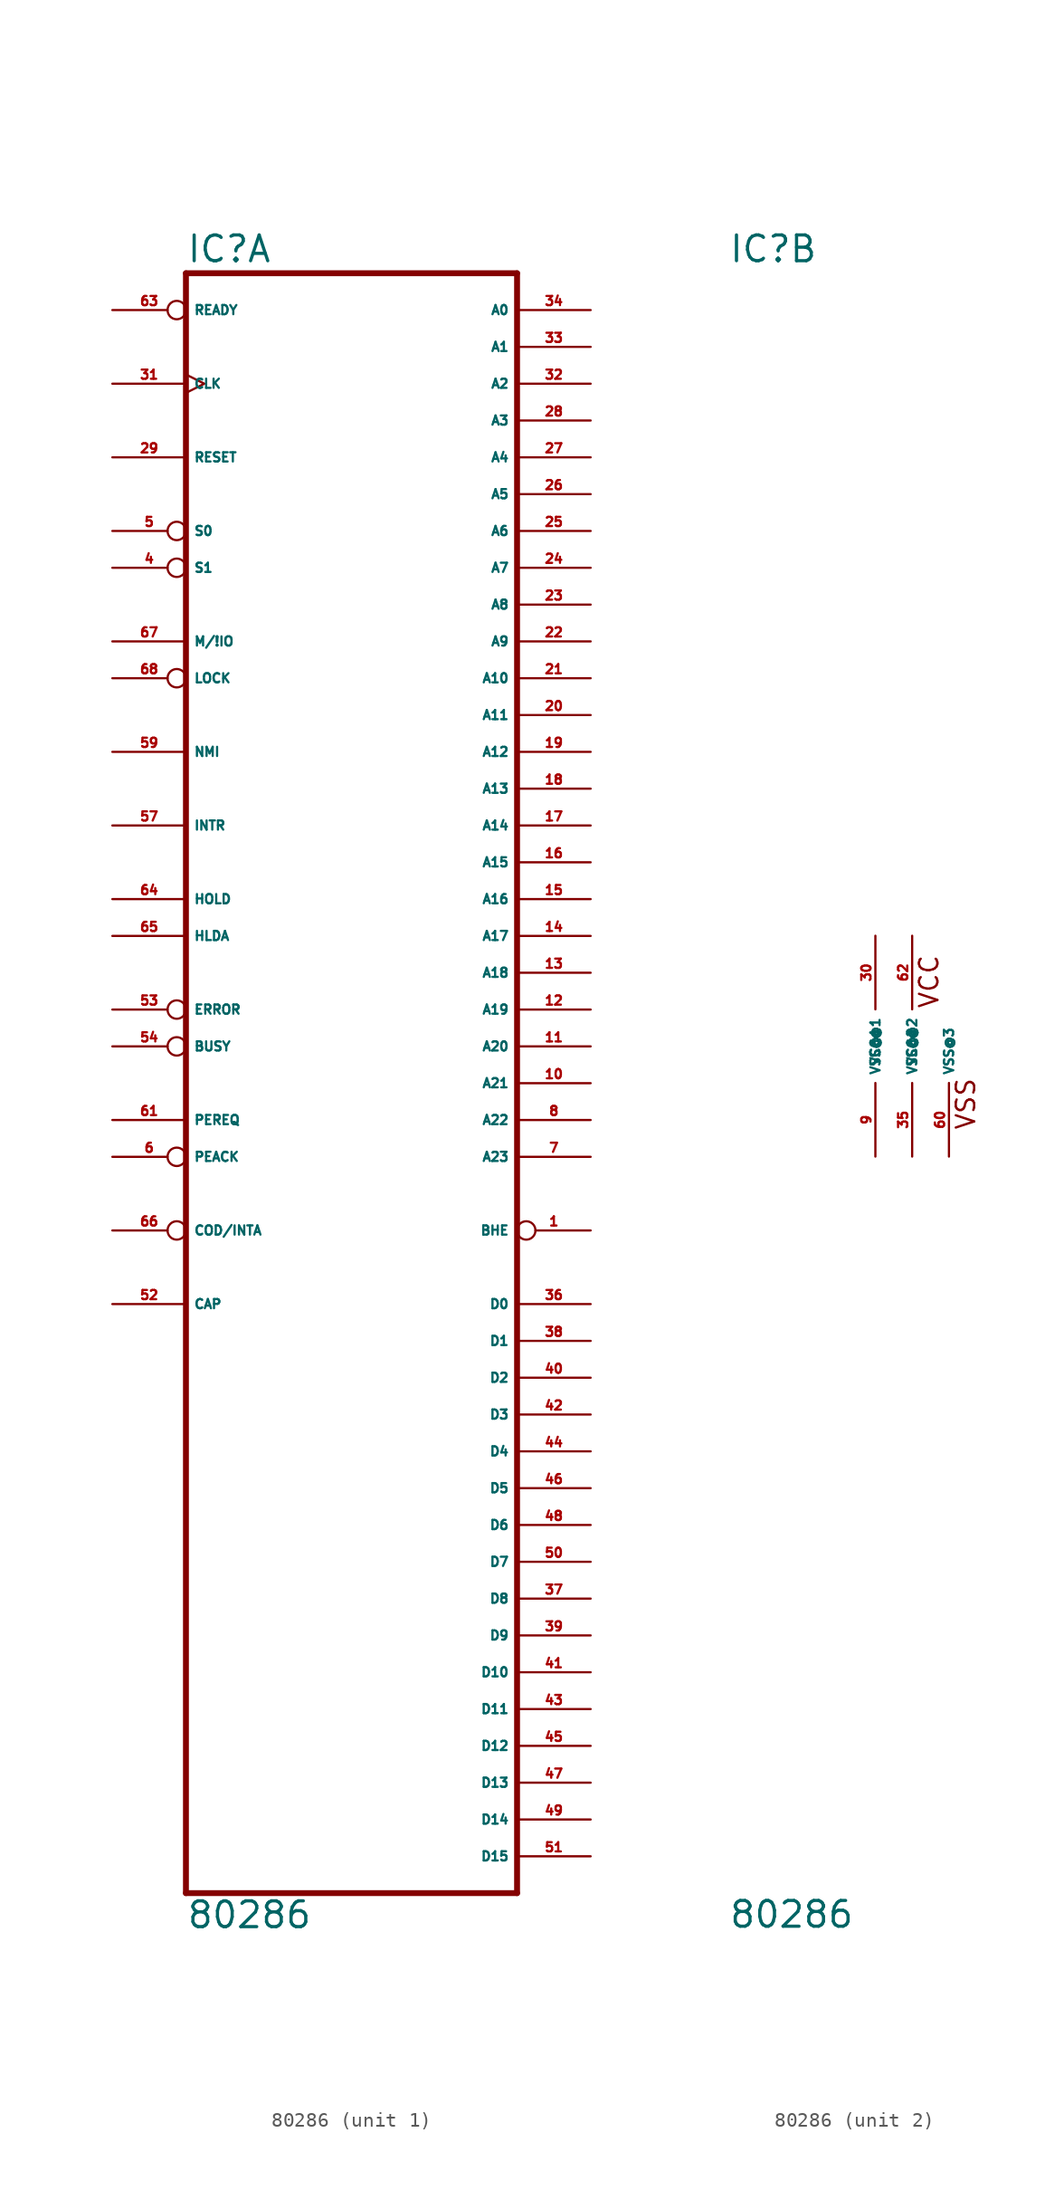
<source format=kicad_sym>
(kicad_symbol_lib
  (version 20220914)
  (generator Eagle2Kicad)
  (symbol "80286"
    (property "Reference" "IC"
      (at -12.7 53.975 0)
      (effects (font (size 1.778 1.778) (thickness 0.22)) (justify left bottom)))
    (property "Value" "80286"
      (at -12.7 -60.96 0)
      (effects (font (size 1.778 1.778) (thickness 0.22)) (justify left bottom)))
    (symbol "80286_1_0"
      (polyline (pts (xy 10.16 53.34) (xy 10.16 -58.42)) (stroke (width 0.406) (type default)) (fill (type none)))
      (polyline (pts (xy -12.7 -58.42) (xy 10.16 -58.42)) (stroke (width 0.406) (type default)) (fill (type none)))
      (polyline (pts (xy -12.7 -58.42) (xy -12.7 53.34)) (stroke (width 0.406) (type default)) (fill (type none)))
      (polyline (pts (xy 10.16 53.34) (xy -12.7 53.34)) (stroke (width 0.406) (type default)) (fill (type none)))
      (pin output line (at 15.24 38.1 180) (length 5.08) (name "A5" (effects (font (size 0.635 0.635) (thickness 0.08)) (justify left bottom))) (number "26" (effects (font (size 0.635 0.635) (thickness 0.08)) (justify left bottom))))
      (pin output line (at 15.24 35.56 180) (length 5.08) (name "A6" (effects (font (size 0.635 0.635) (thickness 0.08)) (justify left bottom))) (number "25" (effects (font (size 0.635 0.635) (thickness 0.08)) (justify left bottom))))
      (pin output line (at 15.24 33.02 180) (length 5.08) (name "A7" (effects (font (size 0.635 0.635) (thickness 0.08)) (justify left bottom))) (number "24" (effects (font (size 0.635 0.635) (thickness 0.08)) (justify left bottom))))
      (pin output line (at 15.24 30.48 180) (length 5.08) (name "A8" (effects (font (size 0.635 0.635) (thickness 0.08)) (justify left bottom))) (number "23" (effects (font (size 0.635 0.635) (thickness 0.08)) (justify left bottom))))
      (pin output line (at 15.24 27.94 180) (length 5.08) (name "A9" (effects (font (size 0.635 0.635) (thickness 0.08)) (justify left bottom))) (number "22" (effects (font (size 0.635 0.635) (thickness 0.08)) (justify left bottom))))
      (pin output line (at 15.24 25.4 180) (length 5.08) (name "A10" (effects (font (size 0.635 0.635) (thickness 0.08)) (justify left bottom))) (number "21" (effects (font (size 0.635 0.635) (thickness 0.08)) (justify left bottom))))
      (pin output line (at 15.24 22.86 180) (length 5.08) (name "A11" (effects (font (size 0.635 0.635) (thickness 0.08)) (justify left bottom))) (number "20" (effects (font (size 0.635 0.635) (thickness 0.08)) (justify left bottom))))
      (pin output line (at 15.24 17.78 180) (length 5.08) (name "A13" (effects (font (size 0.635 0.635) (thickness 0.08)) (justify left bottom))) (number "18" (effects (font (size 0.635 0.635) (thickness 0.08)) (justify left bottom))))
      (pin output line (at 15.24 15.24 180) (length 5.08) (name "A14" (effects (font (size 0.635 0.635) (thickness 0.08)) (justify left bottom))) (number "17" (effects (font (size 0.635 0.635) (thickness 0.08)) (justify left bottom))))
      (pin output line (at 15.24 12.7 180) (length 5.08) (name "A15" (effects (font (size 0.635 0.635) (thickness 0.08)) (justify left bottom))) (number "16" (effects (font (size 0.635 0.635) (thickness 0.08)) (justify left bottom))))
      (pin output line (at 15.24 10.16 180) (length 5.08) (name "A16" (effects (font (size 0.635 0.635) (thickness 0.08)) (justify left bottom))) (number "15" (effects (font (size 0.635 0.635) (thickness 0.08)) (justify left bottom))))
      (pin output line (at 15.24 7.62 180) (length 5.08) (name "A17" (effects (font (size 0.635 0.635) (thickness 0.08)) (justify left bottom))) (number "14" (effects (font (size 0.635 0.635) (thickness 0.08)) (justify left bottom))))
      (pin output line (at 15.24 5.08 180) (length 5.08) (name "A18" (effects (font (size 0.635 0.635) (thickness 0.08)) (justify left bottom))) (number "13" (effects (font (size 0.635 0.635) (thickness 0.08)) (justify left bottom))))
      (pin output line (at 15.24 2.54 180) (length 5.08) (name "A19" (effects (font (size 0.635 0.635) (thickness 0.08)) (justify left bottom))) (number "12" (effects (font (size 0.635 0.635) (thickness 0.08)) (justify left bottom))))
      (pin output line (at 15.24 0 180) (length 5.08) (name "A20" (effects (font (size 0.635 0.635) (thickness 0.08)) (justify left bottom))) (number "11" (effects (font (size 0.635 0.635) (thickness 0.08)) (justify left bottom))))
      (pin output line (at 15.24 -5.08 180) (length 5.08) (name "A22" (effects (font (size 0.635 0.635) (thickness 0.08)) (justify left bottom))) (number "8" (effects (font (size 0.635 0.635) (thickness 0.08)) (justify left bottom))))
      (pin input inverted (at -17.78 50.8 0) (length 5.08) (name "READY" (effects (font (size 0.635 0.635) (thickness 0.08)) (justify left bottom))) (number "63" (effects (font (size 0.635 0.635) (thickness 0.08)) (justify left bottom))))
      (pin input clock (at -17.78 45.72 0) (length 5.08) (name "CLK" (effects (font (size 0.635 0.635) (thickness 0.08)) (justify left bottom))) (number "31" (effects (font (size 0.635 0.635) (thickness 0.08)) (justify left bottom))))
      (pin input line (at -17.78 40.64 0) (length 5.08) (name "RESET" (effects (font (size 0.635 0.635) (thickness 0.08)) (justify left bottom))) (number "29" (effects (font (size 0.635 0.635) (thickness 0.08)) (justify left bottom))))
      (pin input line (at -17.78 10.16 0) (length 5.08) (name "HOLD" (effects (font (size 0.635 0.635) (thickness 0.08)) (justify left bottom))) (number "64" (effects (font (size 0.635 0.635) (thickness 0.08)) (justify left bottom))))
      (pin output line (at -17.78 7.62 0) (length 5.08) (name "HLDA" (effects (font (size 0.635 0.635) (thickness 0.08)) (justify left bottom))) (number "65" (effects (font (size 0.635 0.635) (thickness 0.08)) (justify left bottom))))
      (pin output inverted (at -17.78 -7.62 0) (length 5.08) (name "PEACK" (effects (font (size 0.635 0.635) (thickness 0.08)) (justify left bottom))) (number "6" (effects (font (size 0.635 0.635) (thickness 0.08)) (justify left bottom))))
      (pin output inverted (at -17.78 -12.7 0) (length 5.08) (name "COD/INTA" (effects (font (size 0.635 0.635) (thickness 0.08)) (justify left bottom))) (number "66" (effects (font (size 0.635 0.635) (thickness 0.08)) (justify left bottom))))
      (pin output line (at -17.78 27.94 0) (length 5.08) (name "M/!IO" (effects (font (size 0.635 0.635) (thickness 0.08)) (justify left bottom))) (number "67" (effects (font (size 0.635 0.635) (thickness 0.08)) (justify left bottom))))
      (pin input line (at -17.78 15.24 0) (length 5.08) (name "INTR" (effects (font (size 0.635 0.635) (thickness 0.08)) (justify left bottom))) (number "57" (effects (font (size 0.635 0.635) (thickness 0.08)) (justify left bottom))))
      (pin input line (at -17.78 -5.08 0) (length 5.08) (name "PEREQ" (effects (font (size 0.635 0.635) (thickness 0.08)) (justify left bottom))) (number "61" (effects (font (size 0.635 0.635) (thickness 0.08)) (justify left bottom))))
      (pin input line (at -17.78 20.32 0) (length 5.08) (name "NMI" (effects (font (size 0.635 0.635) (thickness 0.08)) (justify left bottom))) (number "59" (effects (font (size 0.635 0.635) (thickness 0.08)) (justify left bottom))))
      (pin input line (at -17.78 -17.78 0) (length 5.08) (name "CAP" (effects (font (size 0.635 0.635) (thickness 0.08)) (justify left bottom))) (number "52" (effects (font (size 0.635 0.635) (thickness 0.08)) (justify left bottom))))
      (pin output inverted (at -17.78 35.56 0) (length 5.08) (name "S0" (effects (font (size 0.635 0.635) (thickness 0.08)) (justify left bottom))) (number "5" (effects (font (size 0.635 0.635) (thickness 0.08)) (justify left bottom))))
      (pin output inverted (at -17.78 33.02 0) (length 5.08) (name "S1" (effects (font (size 0.635 0.635) (thickness 0.08)) (justify left bottom))) (number "4" (effects (font (size 0.635 0.635) (thickness 0.08)) (justify left bottom))))
      (pin output inverted (at -17.78 25.4 0) (length 5.08) (name "LOCK" (effects (font (size 0.635 0.635) (thickness 0.08)) (justify left bottom))) (number "68" (effects (font (size 0.635 0.635) (thickness 0.08)) (justify left bottom))))
      (pin input inverted (at -17.78 2.54 0) (length 5.08) (name "ERROR" (effects (font (size 0.635 0.635) (thickness 0.08)) (justify left bottom))) (number "53" (effects (font (size 0.635 0.635) (thickness 0.08)) (justify left bottom))))
      (pin input inverted (at -17.78 0 0) (length 5.08) (name "BUSY" (effects (font (size 0.635 0.635) (thickness 0.08)) (justify left bottom))) (number "54" (effects (font (size 0.635 0.635) (thickness 0.08)) (justify left bottom))))
      (pin output line (at 15.24 50.8 180) (length 5.08) (name "A0" (effects (font (size 0.635 0.635) (thickness 0.08)) (justify left bottom))) (number "34" (effects (font (size 0.635 0.635) (thickness 0.08)) (justify left bottom))))
      (pin output line (at 15.24 48.26 180) (length 5.08) (name "A1" (effects (font (size 0.635 0.635) (thickness 0.08)) (justify left bottom))) (number "33" (effects (font (size 0.635 0.635) (thickness 0.08)) (justify left bottom))))
      (pin output line (at 15.24 45.72 180) (length 5.08) (name "A2" (effects (font (size 0.635 0.635) (thickness 0.08)) (justify left bottom))) (number "32" (effects (font (size 0.635 0.635) (thickness 0.08)) (justify left bottom))))
      (pin output line (at 15.24 43.18 180) (length 5.08) (name "A3" (effects (font (size 0.635 0.635) (thickness 0.08)) (justify left bottom))) (number "28" (effects (font (size 0.635 0.635) (thickness 0.08)) (justify left bottom))))
      (pin output line (at 15.24 40.64 180) (length 5.08) (name "A4" (effects (font (size 0.635 0.635) (thickness 0.08)) (justify left bottom))) (number "27" (effects (font (size 0.635 0.635) (thickness 0.08)) (justify left bottom))))
      (pin output line (at 15.24 20.32 180) (length 5.08) (name "A12" (effects (font (size 0.635 0.635) (thickness 0.08)) (justify left bottom))) (number "19" (effects (font (size 0.635 0.635) (thickness 0.08)) (justify left bottom))))
      (pin output line (at 15.24 -2.54 180) (length 5.08) (name "A21" (effects (font (size 0.635 0.635) (thickness 0.08)) (justify left bottom))) (number "10" (effects (font (size 0.635 0.635) (thickness 0.08)) (justify left bottom))))
      (pin output line (at 15.24 -7.62 180) (length 5.08) (name "A23" (effects (font (size 0.635 0.635) (thickness 0.08)) (justify left bottom))) (number "7" (effects (font (size 0.635 0.635) (thickness 0.08)) (justify left bottom))))
      (pin output inverted (at 15.24 -12.7 180) (length 5.08) (name "BHE" (effects (font (size 0.635 0.635) (thickness 0.08)) (justify left bottom))) (number "1" (effects (font (size 0.635 0.635) (thickness 0.08)) (justify left bottom))))
      (pin bidirectional line (at 15.24 -17.78 180) (length 5.08) (name "D0" (effects (font (size 0.635 0.635) (thickness 0.08)) (justify left bottom))) (number "36" (effects (font (size 0.635 0.635) (thickness 0.08)) (justify left bottom))))
      (pin bidirectional line (at 15.24 -20.32 180) (length 5.08) (name "D1" (effects (font (size 0.635 0.635) (thickness 0.08)) (justify left bottom))) (number "38" (effects (font (size 0.635 0.635) (thickness 0.08)) (justify left bottom))))
      (pin bidirectional line (at 15.24 -22.86 180) (length 5.08) (name "D2" (effects (font (size 0.635 0.635) (thickness 0.08)) (justify left bottom))) (number "40" (effects (font (size 0.635 0.635) (thickness 0.08)) (justify left bottom))))
      (pin bidirectional line (at 15.24 -25.4 180) (length 5.08) (name "D3" (effects (font (size 0.635 0.635) (thickness 0.08)) (justify left bottom))) (number "42" (effects (font (size 0.635 0.635) (thickness 0.08)) (justify left bottom))))
      (pin bidirectional line (at 15.24 -27.94 180) (length 5.08) (name "D4" (effects (font (size 0.635 0.635) (thickness 0.08)) (justify left bottom))) (number "44" (effects (font (size 0.635 0.635) (thickness 0.08)) (justify left bottom))))
      (pin bidirectional line (at 15.24 -30.48 180) (length 5.08) (name "D5" (effects (font (size 0.635 0.635) (thickness 0.08)) (justify left bottom))) (number "46" (effects (font (size 0.635 0.635) (thickness 0.08)) (justify left bottom))))
      (pin bidirectional line (at 15.24 -33.02 180) (length 5.08) (name "D6" (effects (font (size 0.635 0.635) (thickness 0.08)) (justify left bottom))) (number "48" (effects (font (size 0.635 0.635) (thickness 0.08)) (justify left bottom))))
      (pin bidirectional line (at 15.24 -35.56 180) (length 5.08) (name "D7" (effects (font (size 0.635 0.635) (thickness 0.08)) (justify left bottom))) (number "50" (effects (font (size 0.635 0.635) (thickness 0.08)) (justify left bottom))))
      (pin bidirectional line (at 15.24 -38.1 180) (length 5.08) (name "D8" (effects (font (size 0.635 0.635) (thickness 0.08)) (justify left bottom))) (number "37" (effects (font (size 0.635 0.635) (thickness 0.08)) (justify left bottom))))
      (pin bidirectional line (at 15.24 -40.64 180) (length 5.08) (name "D9" (effects (font (size 0.635 0.635) (thickness 0.08)) (justify left bottom))) (number "39" (effects (font (size 0.635 0.635) (thickness 0.08)) (justify left bottom))))
      (pin bidirectional line (at 15.24 -43.18 180) (length 5.08) (name "D10" (effects (font (size 0.635 0.635) (thickness 0.08)) (justify left bottom))) (number "41" (effects (font (size 0.635 0.635) (thickness 0.08)) (justify left bottom))))
      (pin bidirectional line (at 15.24 -45.72 180) (length 5.08) (name "D11" (effects (font (size 0.635 0.635) (thickness 0.08)) (justify left bottom))) (number "43" (effects (font (size 0.635 0.635) (thickness 0.08)) (justify left bottom))))
      (pin bidirectional line (at 15.24 -48.26 180) (length 5.08) (name "D12" (effects (font (size 0.635 0.635) (thickness 0.08)) (justify left bottom))) (number "45" (effects (font (size 0.635 0.635) (thickness 0.08)) (justify left bottom))))
      (pin bidirectional line (at 15.24 -50.8 180) (length 5.08) (name "D13" (effects (font (size 0.635 0.635) (thickness 0.08)) (justify left bottom))) (number "47" (effects (font (size 0.635 0.635) (thickness 0.08)) (justify left bottom))))
      (pin bidirectional line (at 15.24 -53.34 180) (length 5.08) (name "D14" (effects (font (size 0.635 0.635) (thickness 0.08)) (justify left bottom))) (number "49" (effects (font (size 0.635 0.635) (thickness 0.08)) (justify left bottom))))
      (pin bidirectional line (at 15.24 -55.88 180) (length 5.08) (name "D15" (effects (font (size 0.635 0.635) (thickness 0.08)) (justify left bottom))) (number "51" (effects (font (size 0.635 0.635) (thickness 0.08)) (justify left bottom)))))
    (symbol "80286_2_0"
      (text "VCC" (at 1.905 2.54 900) (effects (font (size 1.27 1.27) (thickness 0.16)) (justify left bottom)))
      (text "VSS" (at 4.445 -5.842 900) (effects (font (size 1.27 1.27) (thickness 0.16)) (justify left bottom)))
      (pin unspecified line (at -2.54 7.62 270) (length 5.08) (name "VCC@1" (effects (font (size 0.635 0.635) (thickness 0.08)) (justify left bottom))) (number "30" (effects (font (size 0.635 0.635) (thickness 0.08)) (justify left bottom))))
      (pin unspecified line (at 0 7.62 270) (length 5.08) (name "VCC@2" (effects (font (size 0.635 0.635) (thickness 0.08)) (justify left bottom))) (number "62" (effects (font (size 0.635 0.635) (thickness 0.08)) (justify left bottom))))
      (pin unspecified line (at -2.54 -7.62 90) (length 5.08) (name "VSS@1" (effects (font (size 0.635 0.635) (thickness 0.08)) (justify left bottom))) (number "9" (effects (font (size 0.635 0.635) (thickness 0.08)) (justify left bottom))))
      (pin unspecified line (at 0 -7.62 90) (length 5.08) (name "VSS@2" (effects (font (size 0.635 0.635) (thickness 0.08)) (justify left bottom))) (number "35" (effects (font (size 0.635 0.635) (thickness 0.08)) (justify left bottom))))
      (pin unspecified line (at 2.54 -7.62 90) (length 5.08) (name "VSS@3" (effects (font (size 0.635 0.635) (thickness 0.08)) (justify left bottom))) (number "60" (effects (font (size 0.635 0.635) (thickness 0.08)) (justify left bottom)))))))
</source>
